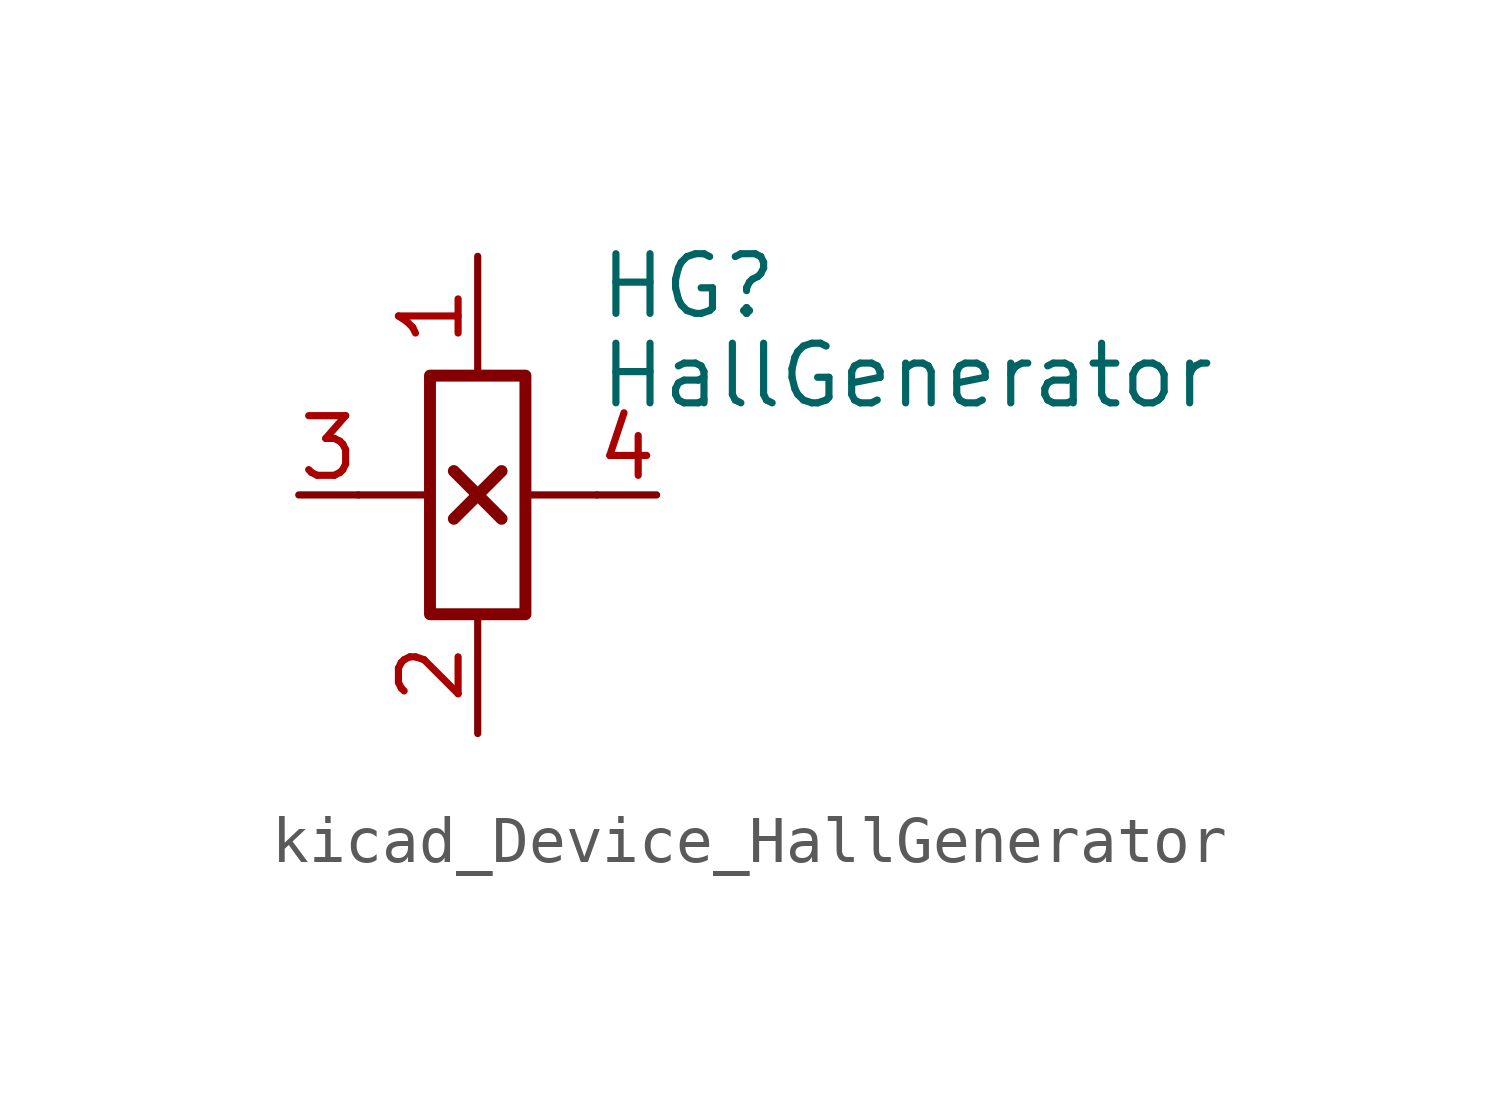
<source format=kicad_sym>
(kicad_symbol_lib
  (version 20220914)
  (generator kicad_symbol_editor)
  (symbol "kicad_Device_HallGenerator"
    (pin_names
      (offset 0) hide)
    (property "Reference" "HG"
      (at 2.54 4.445 0)
      (effects (font (size 1.27 1.27)) (justify left)))
    (property "Value" "HallGenerator"
      (at 2.54 2.54 0)
      (effects (font (size 1.27 1.27)) (justify left)))
    (symbol "kicad_Device_HallGenerator_0_1"
      (rectangle (start -1.016 2.54) (end 1.016 -2.54) (stroke (width 0.254) (type default)) (fill (type none)))
      (polyline (pts (xy -1.016 0) (xy -2.54 0)) (stroke (width 0) (type default)) (fill (type none)))
      (polyline (pts (xy -0.508 -0.508) (xy 0.508 0.508)) (stroke (width 0.254) (type default)) (fill (type none)))
      (polyline (pts (xy -0.508 0.508) (xy 0.508 -0.508)) (stroke (width 0.254) (type default)) (fill (type none)))
      (polyline (pts (xy 1.016 0) (xy 2.54 0)) (stroke (width 0) (type default)) (fill (type none))))
    (symbol "kicad_Device_HallGenerator_1_1"
      (pin passive line (at 0 5.08 270) (length 2.54) (name "U1" (effects (font (size 1.27 1.27)))) (number "1" (effects (font (size 1.27 1.27)))))
      (pin passive line (at 0 -5.08 90) (length 2.54) (name "U2" (effects (font (size 1.27 1.27)))) (number "2" (effects (font (size 1.27 1.27)))))
      (pin passive line (at -3.81 0 0) (length 1.27) (name "UH1" (effects (font (size 1.27 1.27)))) (number "3" (effects (font (size 1.27 1.27)))))
      (pin passive line (at 3.81 0 180) (length 1.27) (name "UH2" (effects (font (size 1.27 1.27)))) (number "4" (effects (font (size 1.27 1.27))))))))
</source>
